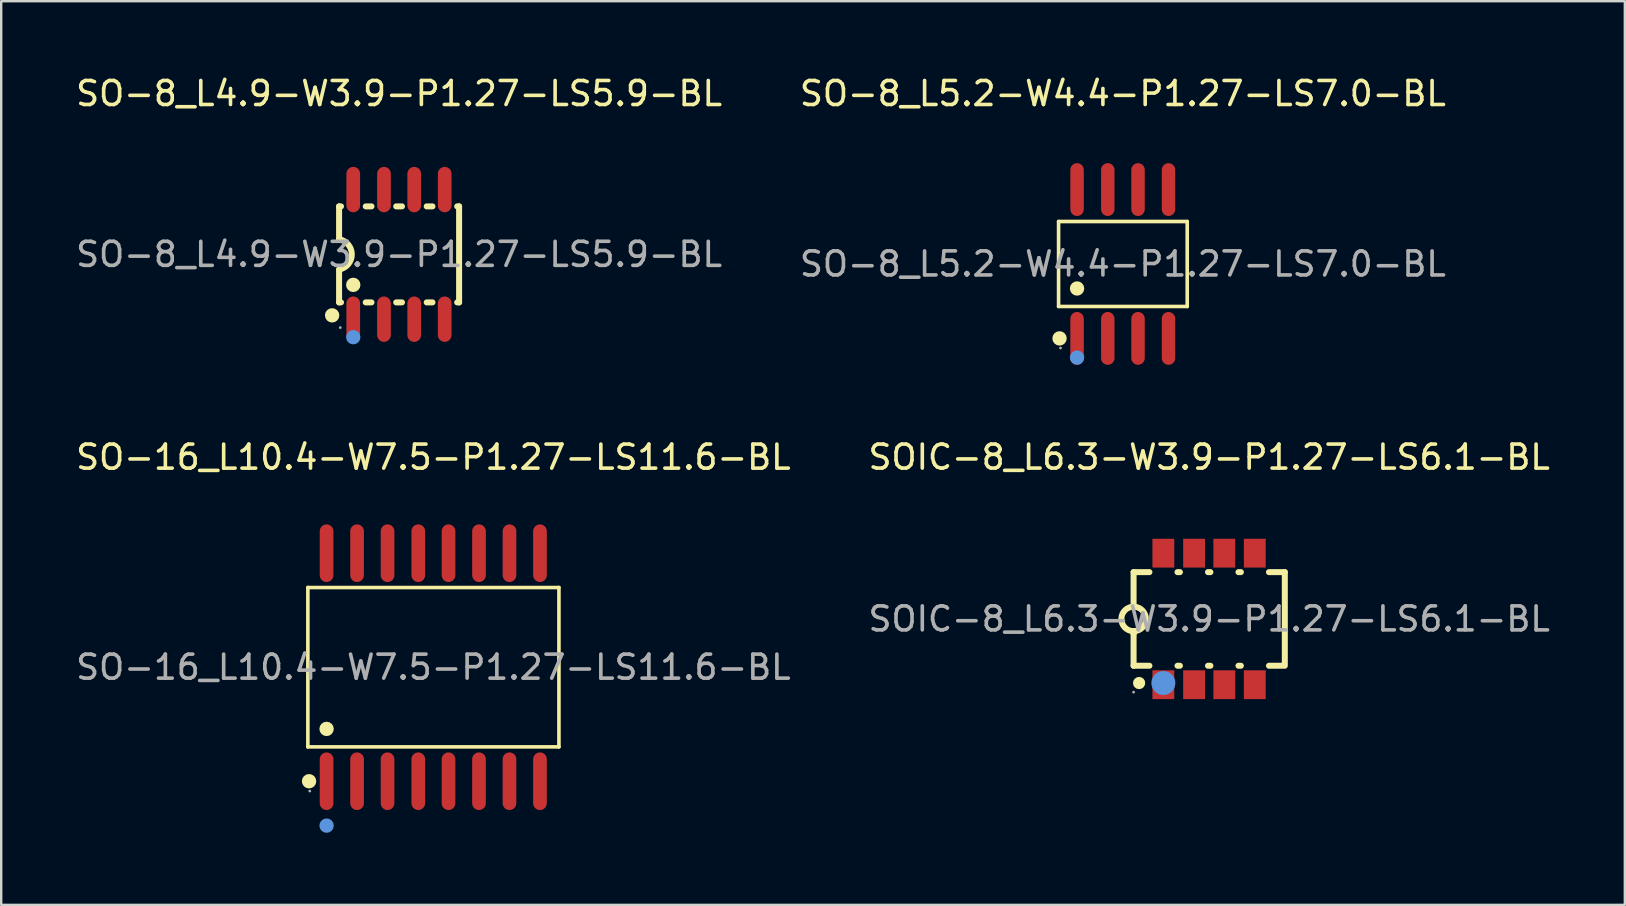
<source format=kicad_pcb>
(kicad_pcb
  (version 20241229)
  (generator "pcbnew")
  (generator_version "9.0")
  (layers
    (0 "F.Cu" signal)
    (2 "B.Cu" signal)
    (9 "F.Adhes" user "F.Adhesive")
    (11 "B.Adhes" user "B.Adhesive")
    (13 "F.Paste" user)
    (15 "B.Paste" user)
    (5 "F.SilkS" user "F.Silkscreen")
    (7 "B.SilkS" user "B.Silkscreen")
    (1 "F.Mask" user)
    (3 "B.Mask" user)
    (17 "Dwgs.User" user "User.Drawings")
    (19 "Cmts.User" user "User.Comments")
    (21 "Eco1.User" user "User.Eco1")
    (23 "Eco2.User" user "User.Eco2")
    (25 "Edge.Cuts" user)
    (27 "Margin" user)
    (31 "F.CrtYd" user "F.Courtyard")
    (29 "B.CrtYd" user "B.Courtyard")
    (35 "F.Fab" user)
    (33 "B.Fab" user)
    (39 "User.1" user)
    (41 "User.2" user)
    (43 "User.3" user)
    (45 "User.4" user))
  (footprint "SOIC-8_L6.3-W3.9-P1.27-LS6.1-BL"
    (layer "F.Cu")
    (at 47.327 22.736)
    (property "Reference" "SOIC-8_L6.3-W3.9-P1.27-LS6.1-BL" (at 0 -6.74 0) (layer "F.SilkS") (effects (font (size 1 1) (thickness 0.15))))
    (attr through_hole)
    (fp_line (start -3.15 -1.95) (end -3.15 -0.51) (stroke (width 0.25) (type solid)) (layer "F.SilkS"))
    (fp_line (start -3.15 -1.95) (end -2.49 -1.95) (stroke (width 0.25) (type solid)) (layer "F.SilkS"))
    (fp_line (start -3.15 0.63) (end -3.15 0.51) (stroke (width 0.25) (type solid)) (layer "F.SilkS"))
    (fp_line (start -3.15 1.95) (end -3.15 0.63) (stroke (width 0.25) (type solid)) (layer "F.SilkS"))
    (fp_line (start -3.15 1.95) (end -2.49 1.95) (stroke (width 0.25) (type solid)) (layer "F.SilkS"))
    (fp_line (start -1.32 -1.95) (end -1.22 -1.95) (stroke (width 0.25) (type solid)) (layer "F.SilkS"))
    (fp_line (start -1.32 1.95) (end -1.22 1.95) (stroke (width 0.25) (type solid)) (layer "F.SilkS"))
    (fp_line (start -0.05 -1.95) (end 0.05 -1.95) (stroke (width 0.25) (type solid)) (layer "F.SilkS"))
    (fp_line (start -0.05 1.95) (end 0.05 1.95) (stroke (width 0.25) (type solid)) (layer "F.SilkS"))
    (fp_line (start 1.22 -1.95) (end 1.32 -1.95) (stroke (width 0.25) (type solid)) (layer "F.SilkS"))
    (fp_line (start 1.22 1.95) (end 1.32 1.95) (stroke (width 0.25) (type solid)) (layer "F.SilkS"))
    (fp_line (start 2.49 -1.95) (end 3.15 -1.95) (stroke (width 0.25) (type solid)) (layer "F.SilkS"))
    (fp_line (start 2.49 1.95) (end 3.05 1.95) (stroke (width 0.25) (type solid)) (layer "F.SilkS"))
    (fp_line (start 3.15 -1.95) (end 3.15 1.95) (stroke (width 0.25) (type solid)) (layer "F.SilkS"))
    (fp_arc (start -3.158901 0.509922) (mid -3.145549 -0.50998) (end -3.15 0.51) (stroke (width 0.25) (type solid)) (layer "F.SilkS"))
    (fp_circle (center -2.92 2.67) (end -2.79 2.67) (stroke (width 0.25) (type solid)) (fill no) (layer "F.SilkS"))
    (fp_circle (center -1.91 2.67) (end -1.66 2.67) (stroke (width 0.5) (type solid)) (fill no) (layer "Cmts.User"))
    (fp_circle (center -3.15 3.05) (end -3.12 3.05) (stroke (width 0.06) (type solid)) (fill no) (layer "F.Fab"))
    (fp_text user "${REFERENCE}" (at 0 0 0) (layer "F.Fab") (effects (font (size 1 1) (thickness 0.15))))
    (pad "1" smd rect (at -1.91 2.74 180) (size 0.91 1.2) (layers "F.Cu" "F.Mask" "F.Paste"))
    (pad "2" smd rect (at -0.63 2.74 180) (size 0.91 1.2) (layers "F.Cu" "F.Mask" "F.Paste"))
    (pad "3" smd rect (at 0.63 2.74 180) (size 0.91 1.2) (layers "F.Cu" "F.Mask" "F.Paste"))
    (pad "4" smd rect (at 1.9 2.74 180) (size 0.91 1.2) (layers "F.Cu" "F.Mask" "F.Paste"))
    (pad "5" smd rect (at 1.9 -2.74 180) (size 0.91 1.2) (layers "F.Cu" "F.Mask" "F.Paste"))
    (pad "6" smd rect (at 0.63 -2.74 180) (size 0.91 1.2) (layers "F.Cu" "F.Mask" "F.Paste"))
    (pad "7" smd rect (at -0.63 -2.74 180) (size 0.91 1.2) (layers "F.Cu" "F.Mask" "F.Paste"))
    (pad "8" smd rect (at -1.91 -2.74 180) (size 0.91 1.2) (layers "F.Cu" "F.Mask" "F.Paste")))
  (footprint "SO-8_L4.9-W3.9-P1.27-LS5.9-BL"
    (layer "F.Cu")
    (at 13.577 7.548)
    (property "Reference" "SO-8_L4.9-W3.9-P1.27-LS5.9-BL" (at 0 -6.7 0) (layer "F.SilkS") (effects (font (size 1 1) (thickness 0.15))))
    (attr through_hole)
    (fp_line (start -2.5 -2) (end -2.5 -0.63) (stroke (width 0.25) (type solid)) (layer "F.SilkS"))
    (fp_line (start -2.5 -2) (end -2.42 -2) (stroke (width 0.25) (type solid)) (layer "F.SilkS"))
    (fp_line (start -2.5 2) (end -2.5 0.63) (stroke (width 0.25) (type solid)) (layer "F.SilkS"))
    (fp_line (start -2.5 2) (end -2.42 2) (stroke (width 0.25) (type solid)) (layer "F.SilkS"))
    (fp_line (start -1.39 -2) (end -1.15 -2) (stroke (width 0.25) (type solid)) (layer "F.SilkS"))
    (fp_line (start -1.39 2) (end -1.15 2) (stroke (width 0.25) (type solid)) (layer "F.SilkS"))
    (fp_line (start -0.12 -2) (end 0.12 -2) (stroke (width 0.25) (type solid)) (layer "F.SilkS"))
    (fp_line (start -0.12 2) (end 0.12 2) (stroke (width 0.25) (type solid)) (layer "F.SilkS"))
    (fp_line (start 1.15 -2) (end 1.39 -2) (stroke (width 0.25) (type solid)) (layer "F.SilkS"))
    (fp_line (start 1.15 2) (end 1.39 2) (stroke (width 0.25) (type solid)) (layer "F.SilkS"))
    (fp_line (start 2.42 -2) (end 2.5 -2) (stroke (width 0.25) (type solid)) (layer "F.SilkS"))
    (fp_line (start 2.42 2) (end 2.5 2) (stroke (width 0.25) (type solid)) (layer "F.SilkS"))
    (fp_line (start 2.5 -2) (end 2.5 2) (stroke (width 0.25) (type solid)) (layer "F.SilkS"))
    (fp_arc (start -2.5 -0.63) (mid -1.970474 -0.002632) (end -2.494818 0.629073) (stroke (width 0.25) (type solid)) (layer "F.SilkS"))
    (fp_circle (center -2.79 2.54) (end -2.64 2.54) (stroke (width 0.3) (type solid)) (fill no) (layer "F.SilkS"))
    (fp_circle (center -1.91 1.27) (end -1.76 1.27) (stroke (width 0.3) (type solid)) (fill no) (layer "F.SilkS"))
    (fp_circle (center -1.91 3.45) (end -1.76 3.45) (stroke (width 0.3) (type solid)) (fill no) (layer "Cmts.User"))
    (fp_circle (center -2.45 3.05) (end -2.42 3.05) (stroke (width 0.06) (type solid)) (fill no) (layer "F.Fab"))
    (fp_text user "${REFERENCE}" (at 0 0 0) (layer "F.Fab") (effects (font (size 1 1) (thickness 0.15))))
    (pad "1" smd oval (at -1.91 2.7) (size 0.57 1.89) (layers "F.Cu" "F.Mask" "F.Paste"))
    (pad "2" smd oval (at -0.63 2.7) (size 0.57 1.89) (layers "F.Cu" "F.Mask" "F.Paste"))
    (pad "3" smd oval (at 0.63 2.7) (size 0.57 1.89) (layers "F.Cu" "F.Mask" "F.Paste"))
    (pad "4" smd oval (at 1.9 2.7) (size 0.57 1.89) (layers "F.Cu" "F.Mask" "F.Paste"))
    (pad "5" smd oval (at 1.9 -2.7) (size 0.57 1.89) (layers "F.Cu" "F.Mask" "F.Paste"))
    (pad "6" smd oval (at 0.63 -2.7) (size 0.57 1.89) (layers "F.Cu" "F.Mask" "F.Paste"))
    (pad "7" smd oval (at -0.63 -2.7) (size 0.57 1.89) (layers "F.Cu" "F.Mask" "F.Paste"))
    (pad "8" smd oval (at -1.91 -2.7) (size 0.57 1.89) (layers "F.Cu" "F.Mask" "F.Paste")))
  (footprint "SO-8_L5.2-W4.4-P1.27-LS7.0-BL"
    (layer "F.Cu")
    (at 43.732 7.948)
    (property "Reference" "SO-8_L5.2-W4.4-P1.27-LS7.0-BL" (at 0 -7.1 0) (layer "F.SilkS") (effects (font (size 1 1) (thickness 0.15))))
    (attr through_hole)
    (fp_line (start -2.68 -1.77) (end 2.68 -1.77) (stroke (width 0.15) (type solid)) (layer "F.SilkS"))
    (fp_line (start -2.68 1.77) (end -2.68 -1.77) (stroke (width 0.15) (type solid)) (layer "F.SilkS"))
    (fp_line (start 2.68 -1.77) (end 2.68 1.77) (stroke (width 0.15) (type solid)) (layer "F.SilkS"))
    (fp_line (start 2.68 1.77) (end -2.68 1.77) (stroke (width 0.15) (type solid)) (layer "F.SilkS"))
    (fp_circle (center -2.64 3.1) (end -2.49 3.1) (stroke (width 0.3) (type solid)) (fill no) (layer "F.SilkS"))
    (fp_circle (center -1.91 1.02) (end -1.76 1.02) (stroke (width 0.3) (type solid)) (fill no) (layer "F.SilkS"))
    (fp_circle (center -1.91 3.9) (end -1.76 3.9) (stroke (width 0.3) (type solid)) (fill no) (layer "Cmts.User"))
    (fp_circle (center -2.6 3.5) (end -2.57 3.5) (stroke (width 0.06) (type solid)) (fill no) (layer "F.Fab"))
    (fp_text user "${REFERENCE}" (at 0 0 0) (layer "F.Fab") (effects (font (size 1 1) (thickness 0.15))))
    (pad "1" smd oval (at -1.91 3.1) (size 0.56 2.2) (layers "F.Cu" "F.Mask" "F.Paste"))
    (pad "2" smd oval (at -0.63 3.1) (size 0.56 2.2) (layers "F.Cu" "F.Mask" "F.Paste"))
    (pad "3" smd oval (at 0.63 3.1) (size 0.56 2.2) (layers "F.Cu" "F.Mask" "F.Paste"))
    (pad "4" smd oval (at 1.9 3.1) (size 0.56 2.2) (layers "F.Cu" "F.Mask" "F.Paste"))
    (pad "5" smd oval (at 1.9 -3.1) (size 0.56 2.2) (layers "F.Cu" "F.Mask" "F.Paste"))
    (pad "6" smd oval (at 0.63 -3.1) (size 0.56 2.2) (layers "F.Cu" "F.Mask" "F.Paste"))
    (pad "7" smd oval (at -0.63 -3.1) (size 0.56 2.2) (layers "F.Cu" "F.Mask" "F.Paste"))
    (pad "8" smd oval (at -1.91 -3.1) (size 0.56 2.2) (layers "F.Cu" "F.Mask" "F.Paste")))
  (footprint "SO-16_L10.4-W7.5-P1.27-LS11.6-BL"
    (layer "F.Cu")
    (at 15.006 24.747)
    (property "Reference" "SO-16_L10.4-W7.5-P1.27-LS11.6-BL" (at 0 -8.75 0) (layer "F.SilkS") (effects (font (size 1 1) (thickness 0.15))))
    (attr through_hole)
    (fp_line (start -5.23 -3.32) (end 5.23 -3.32) (stroke (width 0.15) (type solid)) (layer "F.SilkS"))
    (fp_line (start -5.23 3.32) (end -5.23 -3.32) (stroke (width 0.15) (type solid)) (layer "F.SilkS"))
    (fp_line (start 5.23 -3.32) (end 5.23 3.32) (stroke (width 0.15) (type solid)) (layer "F.SilkS"))
    (fp_line (start 5.23 3.32) (end -5.23 3.32) (stroke (width 0.15) (type solid)) (layer "F.SilkS"))
    (fp_circle (center -5.18 4.75) (end -5.03 4.75) (stroke (width 0.3) (type solid)) (fill no) (layer "F.SilkS"))
    (fp_circle (center -4.45 2.57) (end -4.3 2.57) (stroke (width 0.3) (type solid)) (fill no) (layer "F.SilkS"))
    (fp_circle (center -4.45 6.6) (end -4.3 6.6) (stroke (width 0.3) (type solid)) (fill no) (layer "Cmts.User"))
    (fp_circle (center -5.15 5.16) (end -5.12 5.16) (stroke (width 0.06) (type solid)) (fill no) (layer "F.Fab"))
    (fp_text user "${REFERENCE}" (at 0 0 0) (layer "F.Fab") (effects (font (size 1 1) (thickness 0.15))))
    (pad "1" smd oval (at -4.45 4.75) (size 0.57 2.4) (layers "F.Cu" "F.Mask" "F.Paste"))
    (pad "2" smd oval (at -3.18 4.75) (size 0.57 2.4) (layers "F.Cu" "F.Mask" "F.Paste"))
    (pad "3" smd oval (at -1.91 4.75) (size 0.57 2.4) (layers "F.Cu" "F.Mask" "F.Paste"))
    (pad "4" smd oval (at -0.63 4.75) (size 0.57 2.4) (layers "F.Cu" "F.Mask" "F.Paste"))
    (pad "5" smd oval (at 0.63 4.75) (size 0.57 2.4) (layers "F.Cu" "F.Mask" "F.Paste"))
    (pad "6" smd oval (at 1.9 4.75) (size 0.57 2.4) (layers "F.Cu" "F.Mask" "F.Paste"))
    (pad "7" smd oval (at 3.17 4.75) (size 0.57 2.4) (layers "F.Cu" "F.Mask" "F.Paste"))
    (pad "8" smd oval (at 4.44 4.75) (size 0.57 2.4) (layers "F.Cu" "F.Mask" "F.Paste"))
    (pad "9" smd oval (at 4.44 -4.75) (size 0.57 2.4) (layers "F.Cu" "F.Mask" "F.Paste"))
    (pad "10" smd oval (at 3.17 -4.75) (size 0.57 2.4) (layers "F.Cu" "F.Mask" "F.Paste"))
    (pad "11" smd oval (at 1.9 -4.75) (size 0.57 2.4) (layers "F.Cu" "F.Mask" "F.Paste"))
    (pad "12" smd oval (at 0.63 -4.75) (size 0.57 2.4) (layers "F.Cu" "F.Mask" "F.Paste"))
    (pad "13" smd oval (at -0.63 -4.75) (size 0.57 2.4) (layers "F.Cu" "F.Mask" "F.Paste"))
    (pad "14" smd oval (at -1.91 -4.75) (size 0.57 2.4) (layers "F.Cu" "F.Mask" "F.Paste"))
    (pad "15" smd oval (at -3.18 -4.75) (size 0.57 2.4) (layers "F.Cu" "F.Mask" "F.Paste"))
    (pad "16" smd oval (at -4.45 -4.75) (size 0.57 2.4) (layers "F.Cu" "F.Mask" "F.Paste")))
  (gr_rect
    (start -3 -3)
    (end 64.643 34.647)
    (stroke (width 0.1) (type default))
    (fill no)
    (layer "Edge.Cuts")))
</source>
